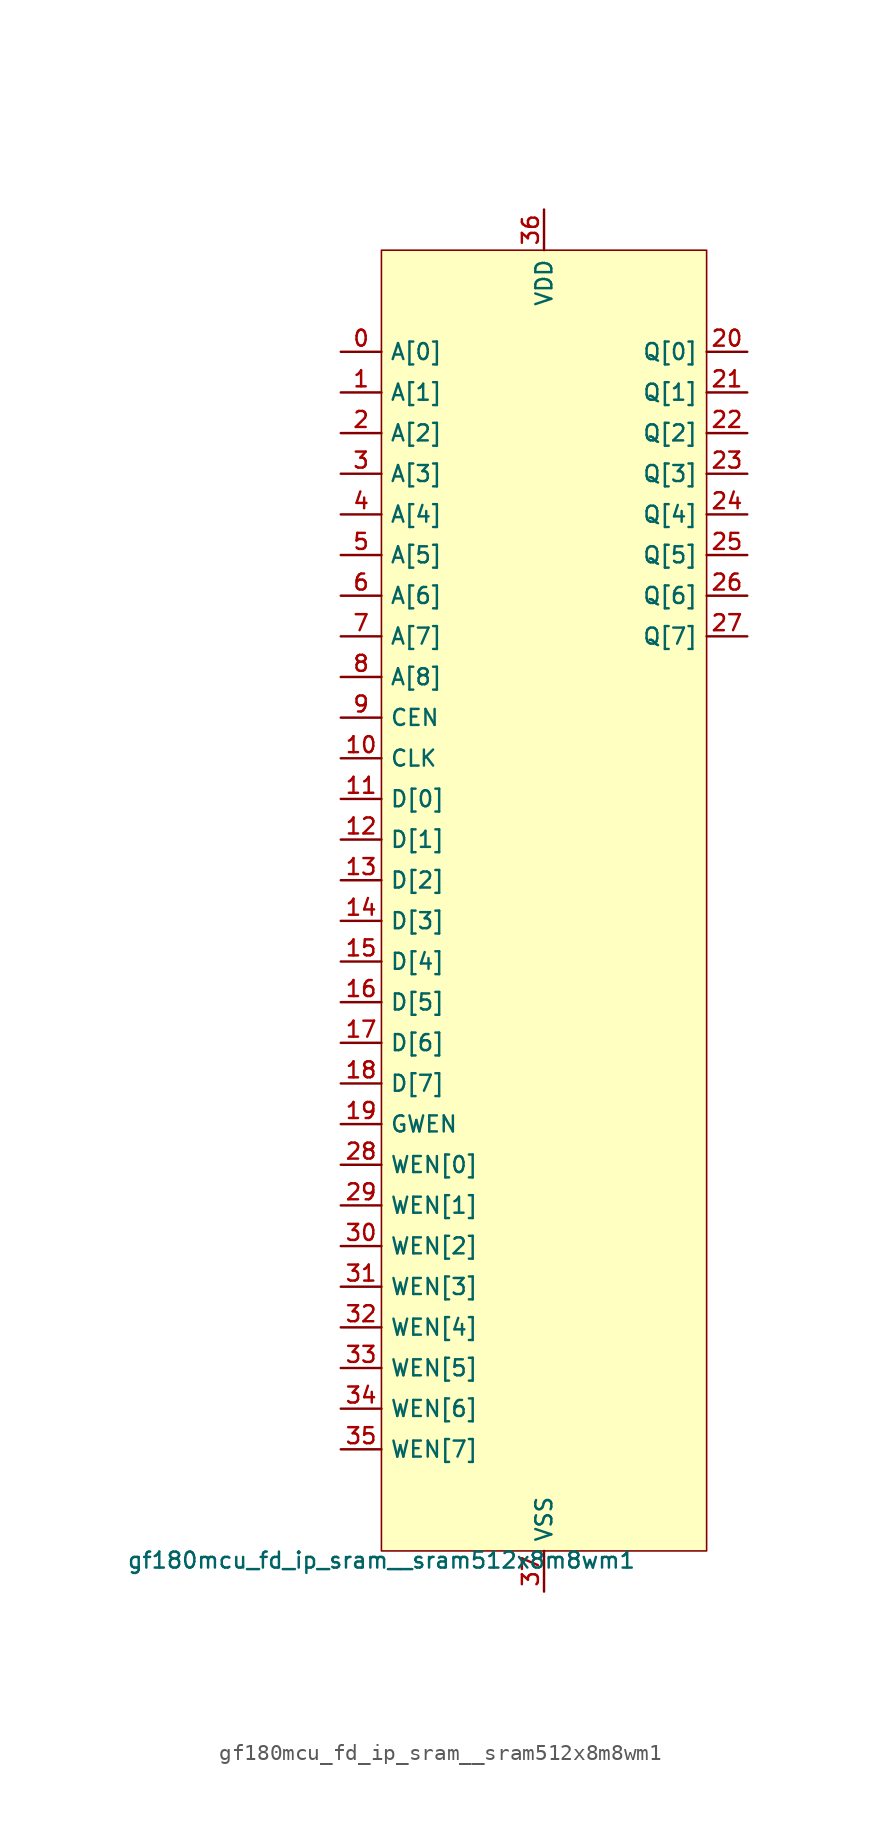
<source format=kicad_sym>
(kicad_symbol_lib
  (version 20211014)
  (generator pdk2kicad)
  (symbol "gf180mcu_fd_ip_sram__sram512x8m8wm1"
    (property "Reference" "X"
      (at 0 0 0)
      (effects (font (size 1 1)) hide))
    (property "Value" "gf180mcu_fd_ip_sram__sram512x8m8wm1"
      (at -10.16 -40.64 0)
      (effects (font (size 1 1)) (justify top)))
    (rectangle
      (start -10.16 -40.64)
      (end 10.16 40.64)
      (stroke (width 0.1) (type solid) (color 0 0 0 0))
      (fill (type background)))
    (pin input line
      (at -12.7 34.29 0)
      (length 2.54)
      (name "A[0]" (effects (font (size 1 1)) hide))
      (number "0" (effects (font (size 1 1)) hide)))
    (pin input line
      (at -12.7 31.75 0)
      (length 2.54)
      (name "A[1]" (effects (font (size 1 1)) hide))
      (number "1" (effects (font (size 1 1)) hide)))
    (pin input line
      (at -12.7 29.21 0)
      (length 2.54)
      (name "A[2]" (effects (font (size 1 1)) hide))
      (number "2" (effects (font (size 1 1)) hide)))
    (pin input line
      (at -12.7 26.67 0)
      (length 2.54)
      (name "A[3]" (effects (font (size 1 1)) hide))
      (number "3" (effects (font (size 1 1)) hide)))
    (pin input line
      (at -12.7 24.13 0)
      (length 2.54)
      (name "A[4]" (effects (font (size 1 1)) hide))
      (number "4" (effects (font (size 1 1)) hide)))
    (pin input line
      (at -12.7 21.59 0)
      (length 2.54)
      (name "A[5]" (effects (font (size 1 1)) hide))
      (number "5" (effects (font (size 1 1)) hide)))
    (pin input line
      (at -12.7 19.05 0)
      (length 2.54)
      (name "A[6]" (effects (font (size 1 1)) hide))
      (number "6" (effects (font (size 1 1)) hide)))
    (pin input line
      (at -12.7 16.51 0)
      (length 2.54)
      (name "A[7]" (effects (font (size 1 1)) hide))
      (number "7" (effects (font (size 1 1)) hide)))
    (pin input line
      (at -12.7 13.97 0)
      (length 2.54)
      (name "A[8]" (effects (font (size 1 1)) hide))
      (number "8" (effects (font (size 1 1)) hide)))
    (pin input line
      (at -12.7 11.43 0)
      (length 2.54)
      (name "CEN" (effects (font (size 1 1)) hide))
      (number "9" (effects (font (size 1 1)) hide)))
    (pin input line
      (at -12.7 8.89 0)
      (length 2.54)
      (name "CLK" (effects (font (size 1 1)) hide))
      (number "10" (effects (font (size 1 1)) hide)))
    (pin input line
      (at -12.7 6.35 0)
      (length 2.54)
      (name "D[0]" (effects (font (size 1 1)) hide))
      (number "11" (effects (font (size 1 1)) hide)))
    (pin input line
      (at -12.7 3.81 0)
      (length 2.54)
      (name "D[1]" (effects (font (size 1 1)) hide))
      (number "12" (effects (font (size 1 1)) hide)))
    (pin input line
      (at -12.7 1.27 0)
      (length 2.54)
      (name "D[2]" (effects (font (size 1 1)) hide))
      (number "13" (effects (font (size 1 1)) hide)))
    (pin input line
      (at -12.7 -1.27 0)
      (length 2.54)
      (name "D[3]" (effects (font (size 1 1)) hide))
      (number "14" (effects (font (size 1 1)) hide)))
    (pin input line
      (at -12.7 -3.81 0)
      (length 2.54)
      (name "D[4]" (effects (font (size 1 1)) hide))
      (number "15" (effects (font (size 1 1)) hide)))
    (pin input line
      (at -12.7 -6.35 0)
      (length 2.54)
      (name "D[5]" (effects (font (size 1 1)) hide))
      (number "16" (effects (font (size 1 1)) hide)))
    (pin input line
      (at -12.7 -8.89 0)
      (length 2.54)
      (name "D[6]" (effects (font (size 1 1)) hide))
      (number "17" (effects (font (size 1 1)) hide)))
    (pin input line
      (at -12.7 -11.43 0)
      (length 2.54)
      (name "D[7]" (effects (font (size 1 1)) hide))
      (number "18" (effects (font (size 1 1)) hide)))
    (pin input line
      (at -12.7 -13.97 0)
      (length 2.54)
      (name "GWEN" (effects (font (size 1 1)) hide))
      (number "19" (effects (font (size 1 1)) hide)))
    (pin output line
      (at 12.7 34.29 180)
      (length 2.54)
      (name "Q[0]" (effects (font (size 1 1)) hide))
      (number "20" (effects (font (size 1 1)) hide)))
    (pin output line
      (at 12.7 31.75 180)
      (length 2.54)
      (name "Q[1]" (effects (font (size 1 1)) hide))
      (number "21" (effects (font (size 1 1)) hide)))
    (pin output line
      (at 12.7 29.21 180)
      (length 2.54)
      (name "Q[2]" (effects (font (size 1 1)) hide))
      (number "22" (effects (font (size 1 1)) hide)))
    (pin output line
      (at 12.7 26.67 180)
      (length 2.54)
      (name "Q[3]" (effects (font (size 1 1)) hide))
      (number "23" (effects (font (size 1 1)) hide)))
    (pin output line
      (at 12.7 24.13 180)
      (length 2.54)
      (name "Q[4]" (effects (font (size 1 1)) hide))
      (number "24" (effects (font (size 1 1)) hide)))
    (pin output line
      (at 12.7 21.59 180)
      (length 2.54)
      (name "Q[5]" (effects (font (size 1 1)) hide))
      (number "25" (effects (font (size 1 1)) hide)))
    (pin output line
      (at 12.7 19.05 180)
      (length 2.54)
      (name "Q[6]" (effects (font (size 1 1)) hide))
      (number "26" (effects (font (size 1 1)) hide)))
    (pin output line
      (at 12.7 16.51 180)
      (length 2.54)
      (name "Q[7]" (effects (font (size 1 1)) hide))
      (number "27" (effects (font (size 1 1)) hide)))
    (pin input line
      (at -12.7 -16.51 0)
      (length 2.54)
      (name "WEN[0]" (effects (font (size 1 1)) hide))
      (number "28" (effects (font (size 1 1)) hide)))
    (pin input line
      (at -12.7 -19.05 0)
      (length 2.54)
      (name "WEN[1]" (effects (font (size 1 1)) hide))
      (number "29" (effects (font (size 1 1)) hide)))
    (pin input line
      (at -12.7 -21.59 0)
      (length 2.54)
      (name "WEN[2]" (effects (font (size 1 1)) hide))
      (number "30" (effects (font (size 1 1)) hide)))
    (pin input line
      (at -12.7 -24.13 0)
      (length 2.54)
      (name "WEN[3]" (effects (font (size 1 1)) hide))
      (number "31" (effects (font (size 1 1)) hide)))
    (pin input line
      (at -12.7 -26.67 0)
      (length 2.54)
      (name "WEN[4]" (effects (font (size 1 1)) hide))
      (number "32" (effects (font (size 1 1)) hide)))
    (pin input line
      (at -12.7 -29.21 0)
      (length 2.54)
      (name "WEN[5]" (effects (font (size 1 1)) hide))
      (number "33" (effects (font (size 1 1)) hide)))
    (pin input line
      (at -12.7 -31.75 0)
      (length 2.54)
      (name "WEN[6]" (effects (font (size 1 1)) hide))
      (number "34" (effects (font (size 1 1)) hide)))
    (pin input line
      (at -12.7 -34.29 0)
      (length 2.54)
      (name "WEN[7]" (effects (font (size 1 1)) hide))
      (number "35" (effects (font (size 1 1)) hide)))
    (pin power_in line
      (at 0.0 43.18 270)
      (length 2.54)
      (name "VDD" (effects (font (size 1 1)) hide))
      (number "36" (effects (font (size 1 1)) hide)))
    (pin power_in line
      (at 0.0 -43.18 90)
      (length 2.54)
      (name "VSS" (effects (font (size 1 1)) hide))
      (number "37" (effects (font (size 1 1)) hide)))))
</source>
